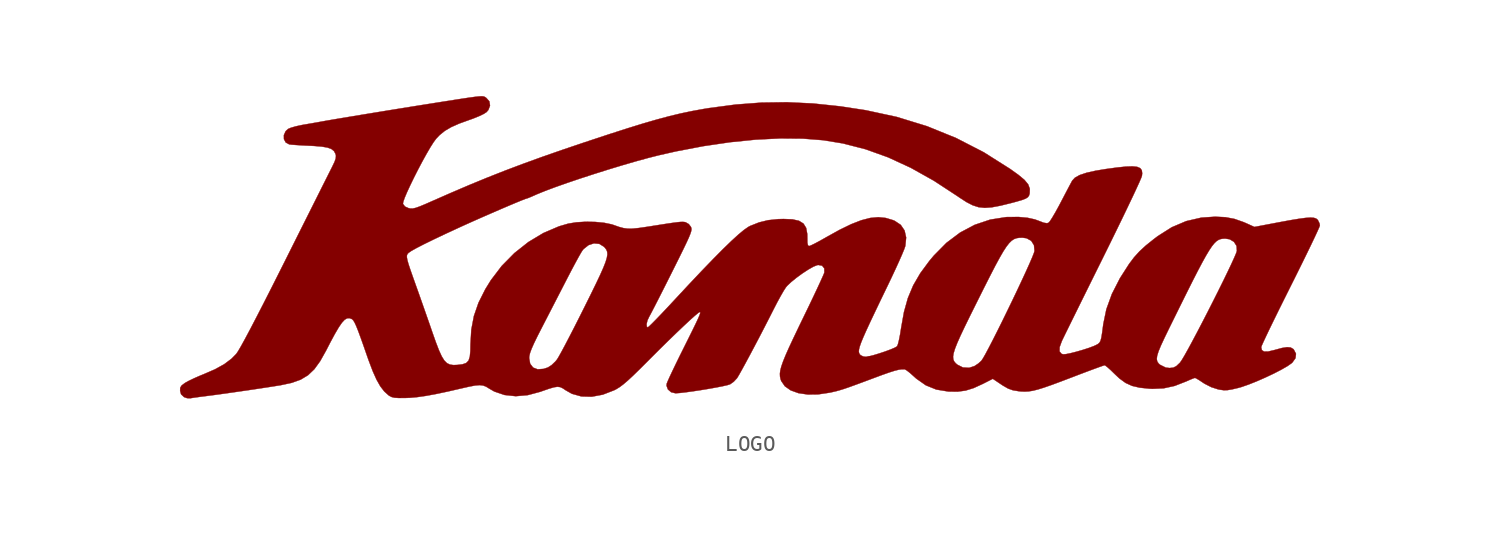
<source format=kicad_sym>
(kicad_symbol_lib
  (version 20210619)
  (generator bitmap2component)
  (symbol "LOGO"
    (pin_names
      (offset 1.016))
    (property "Reference" "#G"
      (at 0 9.559 0)
      (effects (font (size 1.27 1.27)) hide))
    (symbol "LOGO_0_0"
      (polyline (pts (xy -34.116 -9.213) (xy -33.903 -9.18) (xy -33.592 -9.137) (xy -33.232 -9.091) (xy -33.107 -9.075) (xy -32.622 -9.012) (xy -32.023 -8.929) (xy -31.352 -8.833) (xy -30.647 -8.731) (xy -29.951 -8.627) (xy -29.303 -8.528) (xy -28.744 -8.439) (xy -28.682 -8.429) (xy -28.019 -8.287) (xy -27.479 -8.094) (xy -27.033 -7.826) (xy -26.649 -7.461) (xy -26.297 -6.975) (xy -25.944 -6.345) (xy -25.691 -5.854) (xy -25.405 -5.323) (xy -25.171 -4.924) (xy -24.977 -4.642) (xy -24.812 -4.464) (xy -24.665 -4.377) (xy -24.525 -4.366) (xy -24.381 -4.419) (xy -24.34 -4.447) (xy -24.274 -4.523) (xy -24.199 -4.652) (xy -24.107 -4.852) (xy -23.991 -5.143) (xy -23.844 -5.541) (xy -23.658 -6.064) (xy -23.426 -6.731) (xy -23.364 -6.906) (xy -23.113 -7.57) (xy -22.879 -8.093) (xy -22.649 -8.498) (xy -22.412 -8.806) (xy -22.155 -9.038) (xy -22.107 -9.072) (xy -21.965 -9.146) (xy -21.786 -9.188) (xy -21.525 -9.205) (xy -21.139 -9.203) (xy -20.854 -9.192) (xy -20.406 -9.151) (xy -19.891 -9.077) (xy -19.286 -8.966) (xy -18.567 -8.814) (xy -17.709 -8.617) (xy -17.265 -8.516) (xy -16.899 -8.447) (xy -16.63 -8.425) (xy -16.422 -8.448) (xy -16.24 -8.518) (xy -16.05 -8.635) (xy -15.742 -8.813) (xy -15.127 -9.022) (xy -14.442 -9.096) (xy -13.711 -9.031) (xy -12.954 -8.828) (xy -12.826 -8.782) (xy -12.418 -8.641) (xy -12.125 -8.555) (xy -11.913 -8.525) (xy -11.746 -8.546) (xy -11.592 -8.618) (xy -11.414 -8.738) (xy -11.037 -8.951) (xy -10.466 -9.11) (xy -9.836 -9.127) (xy -9.166 -9.002) (xy -8.475 -8.735) (xy -8.34 -8.665) (xy -8.139 -8.54) (xy -7.918 -8.374) (xy -7.656 -8.151) (xy -7.336 -7.854) (xy -6.938 -7.466) (xy -6.443 -6.972) (xy -6.324 -6.852) (xy -5.75 -6.279) (xy -5.206 -5.744) (xy -4.705 -5.259) (xy -4.26 -4.835) (xy -3.883 -4.484) (xy -3.587 -4.219) (xy -3.384 -4.051) (xy -3.288 -3.993) (xy -3.278 -3.994) (xy -3.259 -4.018) (xy -3.268 -4.085) (xy -3.312 -4.211) (xy -3.399 -4.41) (xy -3.535 -4.7) (xy -3.727 -5.094) (xy -3.982 -5.609) (xy -4.306 -6.259) (xy -4.487 -6.622) (xy -4.734 -7.126) (xy -4.949 -7.574) (xy -5.122 -7.942) (xy -5.24 -8.206) (xy -5.293 -8.342) (xy -5.304 -8.459) (xy -5.22 -8.686) (xy -5.026 -8.854) (xy -4.763 -8.919) (xy -4.742 -8.918) (xy -4.489 -8.9) (xy -4.127 -8.858) (xy -3.691 -8.798) (xy -3.215 -8.726) (xy -2.733 -8.646) (xy -2.282 -8.565) (xy -1.894 -8.489) (xy -1.606 -8.423) (xy -1.45 -8.373) (xy -1.234 -8.22) (xy -1.035 -8.008) (xy -1.021 -7.987) (xy -0.908 -7.798) (xy -0.734 -7.487) (xy -0.509 -7.076) (xy -0.248 -6.59) (xy 0.037 -6.053) (xy 0.334 -5.488) (xy 0.629 -4.919) (xy 0.911 -4.37) (xy 1.167 -3.865) (xy 1.183 -3.833) (xy 1.397 -3.418) (xy 1.609 -3.029) (xy 1.794 -2.709) (xy 1.929 -2.5) (xy 2.009 -2.404) (xy 2.252 -2.175) (xy 2.573 -1.915) (xy 2.931 -1.654) (xy 3.287 -1.421) (xy 3.598 -1.245) (xy 3.825 -1.155) (xy 3.892 -1.144) (xy 4.124 -1.188) (xy 4.257 -1.35) (xy 4.261 -1.599) (xy 4.246 -1.644) (xy 4.163 -1.84) (xy 4.019 -2.159) (xy 3.824 -2.58) (xy 3.587 -3.082) (xy 3.318 -3.644) (xy 3.026 -4.247) (xy 2.717 -4.884) (xy 2.384 -5.581) (xy 2.116 -6.154) (xy 1.909 -6.621) (xy 1.757 -6.996) (xy 1.653 -7.295) (xy 1.591 -7.534) (xy 1.567 -7.729) (xy 1.573 -7.897) (xy 1.604 -8.052) (xy 1.645 -8.172) (xy 1.868 -8.495) (xy 2.223 -8.743) (xy 2.689 -8.911) (xy 3.251 -8.993) (xy 3.889 -8.986) (xy 4.585 -8.882) (xy 4.776 -8.84) (xy 4.993 -8.789) (xy 5.211 -8.728) (xy 5.457 -8.652) (xy 5.757 -8.549) (xy 6.136 -8.412) (xy 6.622 -8.233) (xy 7.24 -8.002) (xy 7.749 -7.813) (xy 8.188 -7.658) (xy 8.52 -7.553) (xy 8.77 -7.491) (xy 8.964 -7.465) (xy 9.128 -7.466) (xy 9.133 -7.467) (xy 9.253 -7.535) (xy 9.45 -7.689) (xy 9.684 -7.898) (xy 9.828 -8.028) (xy 10.41 -8.437) (xy 11.047 -8.694) (xy 11.767 -8.812) (xy 11.783 -8.813) (xy 12.33 -8.821) (xy 12.818 -8.756) (xy 13.307 -8.604) (xy 13.86 -8.351) (xy 14.469 -8.042) (xy 14.985 -8.389) (xy 15.08 -8.452) (xy 15.398 -8.634) (xy 15.693 -8.738) (xy 16.044 -8.795) (xy 16.174 -8.808) (xy 16.406 -8.818) (xy 16.639 -8.805) (xy 16.895 -8.765) (xy 17.198 -8.69) (xy 17.568 -8.575) (xy 18.029 -8.415) (xy 18.603 -8.202) (xy 19.311 -7.933) (xy 19.634 -7.809) (xy 20.134 -7.62) (xy 20.568 -7.458) (xy 20.914 -7.332) (xy 21.148 -7.25) (xy 21.247 -7.221) (xy 21.276 -7.232) (xy 21.41 -7.334) (xy 21.616 -7.518) (xy 21.862 -7.758) (xy 22.146 -8.024) (xy 22.515 -8.292) (xy 22.909 -8.471) (xy 23.375 -8.58) (xy 23.961 -8.64) (xy 24.139 -8.649) (xy 24.826 -8.618) (xy 25.487 -8.474) (xy 26.184 -8.203) (xy 26.408 -8.104) (xy 26.617 -8.018) (xy 26.722 -7.985) (xy 26.799 -8.019) (xy 26.979 -8.126) (xy 27.215 -8.283) (xy 27.305 -8.341) (xy 27.713 -8.549) (xy 28.123 -8.681) (xy 28.227 -8.702) (xy 28.464 -8.734) (xy 28.692 -8.729) (xy 28.968 -8.683) (xy 29.35 -8.593) (xy 29.538 -8.54) (xy 29.967 -8.391) (xy 30.46 -8.195) (xy 30.979 -7.968) (xy 31.488 -7.728) (xy 31.948 -7.491) (xy 32.323 -7.276) (xy 32.575 -7.1) (xy 32.624 -7.056) (xy 32.812 -6.793) (xy 32.842 -6.524) (xy 32.711 -6.272) (xy 32.672 -6.233) (xy 32.518 -6.146) (xy 32.302 -6.127) (xy 31.994 -6.175) (xy 31.563 -6.292) (xy 31.534 -6.3) (xy 31.157 -6.389) (xy 30.91 -6.392) (xy 30.775 -6.306) (xy 30.734 -6.125) (xy 30.765 -6.038) (xy 30.865 -5.812) (xy 31.028 -5.464) (xy 31.245 -5.009) (xy 31.51 -4.465) (xy 31.814 -3.846) (xy 32.151 -3.167) (xy 32.512 -2.445) (xy 32.84 -1.789) (xy 33.179 -1.105) (xy 33.487 -0.477) (xy 33.756 0.077) (xy 33.978 0.543) (xy 34.146 0.905) (xy 34.253 1.147) (xy 34.29 1.253) (xy 34.266 1.38) (xy 34.17 1.577) (xy 34.156 1.594) (xy 34.064 1.669) (xy 33.924 1.714) (xy 33.717 1.727) (xy 33.422 1.708) (xy 33.021 1.654) (xy 32.493 1.567) (xy 31.82 1.443) (xy 30.324 1.16) (xy 29.831 1.382) (xy 29.664 1.454) (xy 29.113 1.647) (xy 28.566 1.75) (xy 27.94 1.78) (xy 27.101 1.723) (xy 26.187 1.512) (xy 25.314 1.141) (xy 24.469 0.605) (xy 24.228 0.423) (xy 23.741 0.033) (xy 23.353 -0.325) (xy 23.028 -0.684) (xy 22.73 -1.08) (xy 22.175 -1.946) (xy 21.687 -2.9) (xy 21.352 -3.823) (xy 21.165 -4.726) (xy 21.152 -4.828) (xy 21.096 -5.251) (xy 21.049 -5.543) (xy 20.999 -5.732) (xy 20.936 -5.85) (xy 20.851 -5.928) (xy 20.733 -5.994) (xy 20.589 -6.06) (xy 20.287 -6.173) (xy 19.923 -6.29) (xy 19.542 -6.4) (xy 19.188 -6.49) (xy 18.905 -6.547) (xy 18.736 -6.559) (xy 18.629 -6.527) (xy 18.511 -6.38) (xy 18.518 -6.123) (xy 18.652 -5.755) (xy 18.724 -5.605) (xy 18.865 -5.315) (xy 19.068 -4.903) (xy 19.324 -4.383) (xy 19.627 -3.769) (xy 19.969 -3.076) (xy 20.343 -2.32) (xy 20.742 -1.514) (xy 21.159 -0.674) (xy 21.165 -0.661) (xy 21.577 0.172) (xy 21.966 0.967) (xy 22.327 1.709) (xy 22.652 2.384) (xy 22.935 2.978) (xy 23.168 3.476) (xy 23.346 3.866) (xy 23.461 4.131) (xy 23.506 4.26) (xy 23.522 4.414) (xy 23.498 4.595) (xy 23.402 4.723) (xy 23.22 4.801) (xy 22.934 4.831) (xy 22.53 4.817) (xy 21.992 4.761) (xy 21.305 4.667) (xy 20.701 4.567) (xy 20.144 4.442) (xy 19.73 4.303) (xy 19.447 4.145) (xy 19.281 3.964) (xy 19.257 3.92) (xy 19.153 3.727) (xy 18.995 3.428) (xy 18.8 3.056) (xy 18.584 2.643) (xy 18.483 2.451) (xy 18.272 2.066) (xy 18.085 1.746) (xy 17.94 1.52) (xy 17.853 1.417) (xy 17.754 1.385) (xy 17.56 1.413) (xy 17.261 1.527) (xy 17.022 1.615) (xy 16.587 1.712) (xy 16.038 1.764) (xy 15.285 1.758) (xy 14.311 1.604) (xy 13.375 1.29) (xy 12.487 0.819) (xy 11.658 0.196) (xy 10.896 -0.575) (xy 10.622 -0.902) (xy 10.071 -1.649) (xy 9.644 -2.384) (xy 9.322 -3.151) (xy 9.086 -3.994) (xy 8.914 -4.957) (xy 8.852 -5.349) (xy 8.783 -5.698) (xy 8.718 -5.953) (xy 8.664 -6.077) (xy 8.532 -6.155) (xy 8.28 -6.263) (xy 7.951 -6.385) (xy 7.591 -6.505) (xy 7.245 -6.61) (xy 6.956 -6.683) (xy 6.816 -6.704) (xy 12.06 -6.704) (xy 12.092 -6.496) (xy 12.174 -6.226) (xy 12.31 -5.878) (xy 12.505 -5.439) (xy 12.764 -4.892) (xy 13.091 -4.223) (xy 13.491 -3.419) (xy 13.923 -2.554) (xy 14.295 -1.819) (xy 14.609 -1.211) (xy 14.874 -0.72) (xy 15.098 -0.332) (xy 15.291 -0.035) (xy 15.461 0.182) (xy 15.616 0.333) (xy 15.765 0.428) (xy 15.917 0.482) (xy 16.081 0.505) (xy 16.264 0.51) (xy 16.513 0.477) (xy 16.797 0.32) (xy 16.965 0.054) (xy 16.997 -0.297) (xy 16.962 -0.416) (xy 16.859 -0.679) (xy 16.697 -1.055) (xy 16.486 -1.524) (xy 16.236 -2.065) (xy 15.957 -2.658) (xy 15.659 -3.283) (xy 15.351 -3.918) (xy 15.045 -4.545) (xy 14.749 -5.14) (xy 14.473 -5.686) (xy 14.228 -6.16) (xy 14.024 -6.543) (xy 13.869 -6.814) (xy 13.846 -6.848) (xy 24.404 -6.848) (xy 24.427 -6.651) (xy 24.509 -6.385) (xy 24.656 -6.028) (xy 24.872 -5.562) (xy 25.162 -4.966) (xy 25.277 -4.733) (xy 25.774 -3.727) (xy 26.204 -2.86) (xy 26.574 -2.122) (xy 26.89 -1.504) (xy 27.16 -0.993) (xy 27.389 -0.581) (xy 27.584 -0.256) (xy 27.751 -0.007) (xy 27.898 0.175) (xy 28.03 0.301) (xy 28.155 0.381) (xy 28.279 0.427) (xy 28.408 0.448) (xy 28.548 0.456) (xy 28.824 0.414) (xy 29.085 0.256) (xy 29.241 0.01) (xy 29.262 -0.29) (xy 29.22 -0.419) (xy 29.105 -0.693) (xy 28.929 -1.08) (xy 28.702 -1.558) (xy 28.435 -2.108) (xy 28.137 -2.709) (xy 27.82 -3.341) (xy 27.494 -3.983) (xy 27.168 -4.616) (xy 26.854 -5.218) (xy 26.561 -5.769) (xy 26.301 -6.25) (xy 26.083 -6.639) (xy 25.917 -6.916) (xy 25.815 -7.062) (xy 25.802 -7.076) (xy 25.592 -7.274) (xy 25.407 -7.367) (xy 25.18 -7.39) (xy 24.947 -7.362) (xy 24.603 -7.192) (xy 24.515 -7.112) (xy 24.435 -6.995) (xy 24.404 -6.848) (xy 13.846 -6.848) (xy 13.775 -6.952) (xy 13.592 -7.116) (xy 13.36 -7.271) (xy 13.038 -7.376) (xy 12.658 -7.356) (xy 12.319 -7.186) (xy 12.218 -7.098) (xy 12.128 -6.99) (xy 12.074 -6.864) (xy 12.06 -6.704) (xy 6.816 -6.704) (xy 6.769 -6.711) (xy 6.611 -6.688) (xy 6.452 -6.609) (xy 6.405 -6.556) (xy 6.364 -6.482) (xy 6.348 -6.387) (xy 6.36 -6.256) (xy 6.406 -6.077) (xy 6.491 -5.837) (xy 6.62 -5.523) (xy 6.798 -5.121) (xy 7.03 -4.62) (xy 7.322 -4.004) (xy 7.677 -3.262) (xy 8.103 -2.381) (xy 8.323 -1.921) (xy 8.573 -1.387) (xy 8.793 -0.905) (xy 8.971 -0.5) (xy 9.096 -0.197) (xy 9.158 -0.021) (xy 9.168 0.02) (xy 9.217 0.518) (xy 9.121 0.945) (xy 8.888 1.287) (xy 8.523 1.53) (xy 8.418 1.574) (xy 7.981 1.705) (xy 7.527 1.75) (xy 7.039 1.705) (xy 6.498 1.565) (xy 5.885 1.326) (xy 5.182 0.984) (xy 4.37 0.534) (xy 4.343 0.518) (xy 3.985 0.316) (xy 3.675 0.151) (xy 3.447 0.041) (xy 3.333 0) (xy 3.267 0.043) (xy 3.232 0.199) (xy 3.228 0.495) (xy 3.224 0.733) (xy 3.156 1.102) (xy 2.994 1.364) (xy 2.721 1.533) (xy 2.321 1.621) (xy 1.778 1.642) (xy 1.464 1.633) (xy 0.85 1.569) (xy 0.303 1.435) (xy -0.244 1.218) (xy -0.354 1.158) (xy -0.616 0.975) (xy -0.955 0.693) (xy -1.376 0.308) (xy -1.884 -0.184) (xy -2.482 -0.788) (xy -3.177 -1.508) (xy -3.971 -2.349) (xy -4.87 -3.315) (xy -5.234 -3.706) (xy -5.608 -4.102) (xy -5.931 -4.438) (xy -6.189 -4.699) (xy -6.364 -4.867) (xy -6.441 -4.927) (xy -6.503 -4.88) (xy -6.514 -4.723) (xy -6.462 -4.504) (xy -6.351 -4.269) (xy -6.318 -4.211) (xy -6.204 -3.996) (xy -6.03 -3.66) (xy -5.807 -3.225) (xy -5.546 -2.711) (xy -5.257 -2.138) (xy -4.951 -1.528) (xy -4.854 -1.334) (xy -4.534 -0.692) (xy -4.282 -0.18) (xy -4.091 0.218) (xy -3.953 0.52) (xy -3.863 0.742) (xy -3.812 0.901) (xy -3.793 1.013) (xy -3.801 1.096) (xy -3.828 1.166) (xy -3.957 1.334) (xy -4.149 1.444) (xy -4.216 1.458) (xy -4.311 1.467) (xy -4.439 1.465) (xy -4.622 1.448) (xy -4.881 1.415) (xy -5.241 1.363) (xy -5.723 1.288) (xy -6.35 1.189) (xy -6.507 1.165) (xy -6.99 1.095) (xy -7.359 1.058) (xy -7.654 1.056) (xy -7.917 1.091) (xy -8.188 1.164) (xy -8.509 1.277) (xy -8.631 1.317) (xy -9.087 1.411) (xy -9.633 1.464) (xy -10.214 1.474) (xy -10.775 1.44) (xy -11.261 1.361) (xy -11.829 1.194) (xy -12.772 0.79) (xy -13.68 0.244) (xy -14.527 -0.426) (xy -15.291 -1.201) (xy -15.947 -2.063) (xy -16.289 -2.616) (xy -16.699 -3.431) (xy -16.977 -4.234) (xy -17.135 -5.062) (xy -17.186 -5.955) (xy -17.193 -6.359) (xy -17.226 -6.711) (xy -17.25 -6.783) (xy -13.631 -6.783) (xy -13.621 -6.661) (xy -13.575 -6.471) (xy -13.483 -6.221) (xy -13.336 -5.889) (xy -13.124 -5.454) (xy -12.837 -4.893) (xy -12.636 -4.503) (xy -12.297 -3.845) (xy -11.94 -3.152) (xy -11.597 -2.487) (xy -11.301 -1.911) (xy -11.06 -1.449) (xy -10.832 -1.021) (xy -10.635 -0.661) (xy -10.484 -0.396) (xy -10.394 -0.255) (xy -10.333 -0.181) (xy -10.033 0.058) (xy -9.703 0.166) (xy -9.379 0.136) (xy -9.098 -0.039) (xy -9.03 -0.11) (xy -8.948 -0.223) (xy -8.899 -0.35) (xy -8.888 -0.506) (xy -8.92 -0.707) (xy -8.999 -0.969) (xy -9.131 -1.305) (xy -9.32 -1.732) (xy -9.572 -2.264) (xy -9.891 -2.917) (xy -10.283 -3.707) (xy -10.591 -4.321) (xy -10.907 -4.945) (xy -11.201 -5.515) (xy -11.461 -6.013) (xy -11.678 -6.417) (xy -11.841 -6.709) (xy -11.939 -6.869) (xy -12.037 -6.99) (xy -12.27 -7.213) (xy -12.491 -7.355) (xy -12.756 -7.442) (xy -13.116 -7.468) (xy -13.392 -7.362) (xy -13.569 -7.131) (xy -13.631 -6.783) (xy -17.25 -6.783) (xy -17.305 -6.944) (xy -17.445 -7.085) (xy -17.664 -7.162) (xy -17.981 -7.202) (xy -18.223 -7.211) (xy -18.433 -7.181) (xy -18.612 -7.094) (xy -18.774 -6.932) (xy -18.931 -6.677) (xy -19.098 -6.312) (xy -19.287 -5.819) (xy -19.512 -5.182) (xy -19.643 -4.801) (xy -19.871 -4.149) (xy -20.107 -3.476) (xy -20.33 -2.843) (xy -20.52 -2.311) (xy -20.657 -1.926) (xy -20.825 -1.448) (xy -20.942 -1.095) (xy -21.013 -0.842) (xy -21.043 -0.669) (xy -21.038 -0.554) (xy -21.001 -0.474) (xy -20.937 -0.408) (xy -20.778 -0.298) (xy -20.461 -0.12) (xy -19.998 0.118) (xy -19.393 0.414) (xy -18.652 0.765) (xy -17.78 1.168) (xy -17.489 1.3) (xy -16.982 1.527) (xy -16.444 1.765) (xy -15.899 2.003) (xy -15.369 2.232) (xy -14.878 2.442) (xy -14.45 2.622) (xy -14.106 2.764) (xy -13.871 2.855) (xy -13.768 2.888) (xy -13.704 2.908) (xy -13.523 2.982) (xy -13.274 3.091) (xy -13.167 3.139) (xy -12.675 3.34) (xy -12.054 3.572) (xy -11.332 3.827) (xy -10.537 4.096) (xy -9.695 4.37) (xy -8.834 4.641) (xy -7.983 4.899) (xy -7.168 5.136) (xy -6.417 5.342) (xy -5.757 5.509) (xy -4.73 5.741) (xy -3.068 6.058) (xy -1.449 6.296) (xy 0.107 6.453) (xy 1.579 6.526) (xy 2.947 6.515) (xy 4.191 6.417) (xy 5.385 6.222) (xy 6.754 5.871) (xy 8.12 5.381) (xy 9.498 4.746) (xy 10.9 3.96) (xy 12.341 3.017) (xy 12.45 2.941) (xy 12.877 2.665) (xy 13.251 2.473) (xy 13.607 2.359) (xy 13.982 2.32) (xy 14.409 2.351) (xy 14.925 2.448) (xy 15.566 2.605) (xy 15.911 2.697) (xy 16.246 2.795) (xy 16.466 2.88) (xy 16.597 2.966) (xy 16.666 3.067) (xy 16.702 3.197) (xy 16.711 3.473) (xy 16.612 3.741) (xy 16.385 4.014) (xy 16.016 4.32) (xy 15.521 4.675) (xy 13.922 5.686) (xy 12.24 6.551) (xy 10.482 7.265) (xy 8.652 7.827) (xy 6.756 8.236) (xy 5.211 8.471) (xy 3.57 8.643) (xy 1.994 8.717) (xy 0.445 8.695) (xy -1.116 8.577) (xy -2.727 8.364) (xy -3.089 8.304) (xy -3.775 8.179) (xy -4.455 8.036) (xy -5.157 7.867) (xy -5.909 7.665) (xy -6.737 7.425) (xy -7.668 7.137) (xy -8.73 6.796) (xy -8.804 6.772) (xy -10.279 6.285) (xy -11.618 5.832) (xy -12.849 5.403) (xy -13.997 4.987) (xy -15.089 4.575) (xy -16.152 4.156) (xy -17.213 3.72) (xy -18.298 3.257) (xy -19.434 2.758) (xy -19.471 2.742) (xy -19.928 2.541) (xy -20.263 2.402) (xy -20.503 2.317) (xy -20.677 2.278) (xy -20.813 2.275) (xy -20.939 2.3) (xy -21.154 2.396) (xy -21.278 2.558) (xy -21.262 2.676) (xy -21.176 2.925) (xy -21.029 3.272) (xy -20.835 3.691) (xy -20.608 4.158) (xy -20.36 4.647) (xy -20.104 5.131) (xy -19.853 5.585) (xy -19.621 5.984) (xy -19.42 6.301) (xy -19.264 6.511) (xy -19.055 6.729) (xy -18.739 6.985) (xy -18.354 7.211) (xy -17.869 7.426) (xy -17.249 7.65) (xy -17.02 7.731) (xy -16.666 7.875) (xy -16.381 8.012) (xy -16.212 8.122) (xy -16.102 8.249) (xy -16.002 8.514) (xy -16.042 8.771) (xy -16.223 8.976) (xy -16.25 8.995) (xy -16.302 9.031) (xy -16.356 9.058) (xy -16.427 9.075) (xy -16.534 9.079) (xy -16.691 9.069) (xy -16.917 9.044) (xy -17.227 9.002) (xy -17.637 8.941) (xy -18.166 8.859) (xy -18.829 8.755) (xy -19.643 8.626) (xy -20.021 8.566) (xy -20.702 8.458) (xy -21.432 8.34) (xy -22.187 8.218) (xy -22.944 8.094) (xy -23.678 7.974) (xy -24.365 7.86) (xy -24.981 7.758) (xy -25.502 7.67) (xy -25.903 7.601) (xy -26.162 7.555) (xy -26.221 7.544) (xy -26.519 7.49) (xy -26.898 7.424) (xy -27.291 7.357) (xy -27.424 7.333) (xy -27.776 7.256) (xy -28.067 7.172) (xy -28.242 7.098) (xy -28.388 6.961) (xy -28.494 6.726) (xy -28.491 6.482) (xy -28.382 6.279) (xy -28.17 6.165) (xy -28.018 6.147) (xy -27.735 6.126) (xy -27.363 6.103) (xy -26.944 6.083) (xy -26.689 6.071) (xy -26.203 6.031) (xy -25.851 5.971) (xy -25.61 5.882) (xy -25.457 5.757) (xy -25.366 5.589) (xy -25.339 5.479) (xy -25.35 5.317) (xy -25.426 5.1) (xy -25.578 4.782) (xy -25.611 4.717) (xy -25.733 4.475) (xy -25.92 4.102) (xy -26.166 3.613) (xy -26.462 3.021) (xy -26.803 2.341) (xy -27.181 1.587) (xy -27.589 0.773) (xy -28.019 -0.086) (xy -28.465 -0.977) (xy -28.658 -1.361) (xy -29.21 -2.458) (xy -29.707 -3.436) (xy -30.146 -4.29) (xy -30.524 -5.016) (xy -30.839 -5.607) (xy -31.088 -6.06) (xy -31.269 -6.37) (xy -31.379 -6.532) (xy -31.669 -6.827) (xy -32.109 -7.158) (xy -32.663 -7.465) (xy -33.359 -7.767) (xy -33.56 -7.848) (xy -33.938 -8.013) (xy -34.264 -8.17) (xy -34.486 -8.293) (xy -34.496 -8.3) (xy -34.694 -8.45) (xy -34.777 -8.588) (xy -34.782 -8.774) (xy -34.725 -8.98) (xy -34.544 -9.152) (xy -34.364 -9.214) (xy -34.163 -9.222) (xy -34.116 -9.213)) (stroke (width 0.01)) (fill (type outline))))))
</source>
